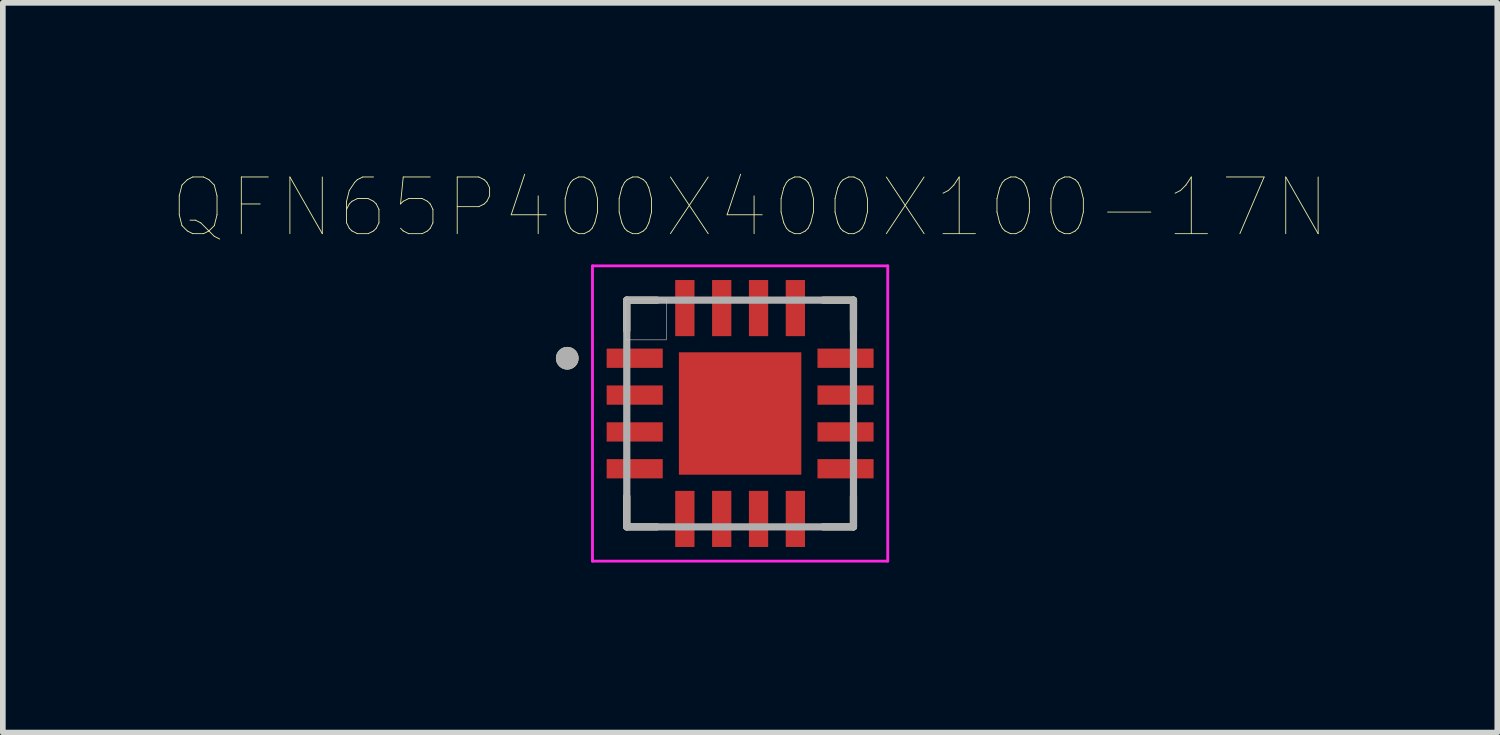
<source format=kicad_pcb>
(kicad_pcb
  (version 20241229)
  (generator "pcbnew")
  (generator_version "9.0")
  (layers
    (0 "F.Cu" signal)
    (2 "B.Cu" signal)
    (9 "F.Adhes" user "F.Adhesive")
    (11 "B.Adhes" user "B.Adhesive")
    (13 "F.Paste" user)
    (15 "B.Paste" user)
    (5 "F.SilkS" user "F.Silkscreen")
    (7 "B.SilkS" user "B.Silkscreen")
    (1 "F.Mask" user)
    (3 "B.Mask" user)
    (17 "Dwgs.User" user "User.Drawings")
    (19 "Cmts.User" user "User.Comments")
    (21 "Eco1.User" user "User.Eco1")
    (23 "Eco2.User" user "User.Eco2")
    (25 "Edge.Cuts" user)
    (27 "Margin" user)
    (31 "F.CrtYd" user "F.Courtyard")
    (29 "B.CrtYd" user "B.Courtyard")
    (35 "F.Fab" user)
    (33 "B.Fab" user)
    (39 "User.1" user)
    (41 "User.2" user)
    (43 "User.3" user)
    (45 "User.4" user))
  (footprint "QFN65P400X400X100-17N"
    (layer "F.Cu")
    (at 10.009 4.246)
    (property "Reference" "QFN65P400X400X100-17N" (at 0.175 -3.635 0) (layer "F.SilkS") (effects (font (size 1 1) (thickness 0.015))))
    (attr through_hole)
    (fp_line (start -2 -2) (end -2 -1.465) (stroke (width 0.127) (type solid)) (layer "F.SilkS"))
    (fp_line (start -2 -2) (end -1.465 -2) (stroke (width 0.127) (type solid)) (layer "F.SilkS"))
    (fp_line (start -2 2) (end -2 1.465) (stroke (width 0.127) (type solid)) (layer "F.SilkS"))
    (fp_line (start -2 2) (end -1.465 2) (stroke (width 0.127) (type solid)) (layer "F.SilkS"))
    (fp_line (start 2 -2) (end 1.465 -2) (stroke (width 0.127) (type solid)) (layer "F.SilkS"))
    (fp_line (start 2 -2) (end 2 -1.465) (stroke (width 0.127) (type solid)) (layer "F.SilkS"))
    (fp_line (start 2 2) (end 1.465 2) (stroke (width 0.127) (type solid)) (layer "F.SilkS"))
    (fp_line (start 2 2) (end 2 1.465) (stroke (width 0.127) (type solid)) (layer "F.SilkS"))
    (fp_circle (center -3.05 -0.975) (end -2.95 -0.975) (stroke (width 0.2) (type solid)) (fill no) (layer "F.SilkS"))
    (fp_poly (pts (xy -0.68 -0.68) (xy 0.68 -0.68) (xy 0.68 0.68) (xy -0.68 0.68)) (stroke (width 0.01) (type solid)) (fill yes) (layer "F.Paste"))
    (fp_poly (pts (xy -2.02 -2.02) (xy -1.3 -2.02) (xy -1.3 -1.3) (xy -2.02 -1.3)) (stroke (width 0.01) (type solid)) (fill no) (layer "Dwgs.User"))
    (fp_line (start -2.605 -2.605) (end 2.605 -2.605) (stroke (width 0.05) (type solid)) (layer "F.CrtYd"))
    (fp_line (start -2.605 2.605) (end -2.605 -2.605) (stroke (width 0.05) (type solid)) (layer "F.CrtYd"))
    (fp_line (start -2.605 2.605) (end 2.605 2.605) (stroke (width 0.05) (type solid)) (layer "F.CrtYd"))
    (fp_line (start 2.605 2.605) (end 2.605 -2.605) (stroke (width 0.05) (type solid)) (layer "F.CrtYd"))
    (fp_line (start -2 2) (end -2 -2) (stroke (width 0.127) (type solid)) (layer "F.Fab"))
    (fp_line (start 2 -2) (end -2 -2) (stroke (width 0.127) (type solid)) (layer "F.Fab"))
    (fp_line (start 2 2) (end -2 2) (stroke (width 0.127) (type solid)) (layer "F.Fab"))
    (fp_line (start 2 2) (end 2 -2) (stroke (width 0.127) (type solid)) (layer "F.Fab"))
    (fp_circle (center -3.05 -0.975) (end -2.95 -0.975) (stroke (width 0.2) (type solid)) (fill no) (layer "F.Fab"))
    (pad "1" smd rect (at -1.86 -0.975) (size 0.99 0.34) (layers "F.Cu" "F.Mask" "F.Paste"))
    (pad "2" smd rect (at -1.86 -0.325) (size 0.99 0.34) (layers "F.Cu" "F.Mask" "F.Paste"))
    (pad "3" smd rect (at -1.86 0.325) (size 0.99 0.34) (layers "F.Cu" "F.Mask" "F.Paste"))
    (pad "4" smd rect (at -1.86 0.975) (size 0.99 0.34) (layers "F.Cu" "F.Mask" "F.Paste"))
    (pad "5" smd rect (at -0.975 1.86) (size 0.34 0.99) (layers "F.Cu" "F.Mask" "F.Paste"))
    (pad "6" smd rect (at -0.325 1.86) (size 0.34 0.99) (layers "F.Cu" "F.Mask" "F.Paste"))
    (pad "7" smd rect (at 0.325 1.86) (size 0.34 0.99) (layers "F.Cu" "F.Mask" "F.Paste"))
    (pad "8" smd rect (at 0.975 1.86) (size 0.34 0.99) (layers "F.Cu" "F.Mask" "F.Paste"))
    (pad "9" smd rect (at 1.86 0.975) (size 0.99 0.34) (layers "F.Cu" "F.Mask" "F.Paste"))
    (pad "10" smd rect (at 1.86 0.325) (size 0.99 0.34) (layers "F.Cu" "F.Mask" "F.Paste"))
    (pad "11" smd rect (at 1.86 -0.325) (size 0.99 0.34) (layers "F.Cu" "F.Mask" "F.Paste"))
    (pad "12" smd rect (at 1.86 -0.975) (size 0.99 0.34) (layers "F.Cu" "F.Mask" "F.Paste"))
    (pad "13" smd rect (at 0.975 -1.86) (size 0.34 0.99) (layers "F.Cu" "F.Mask" "F.Paste"))
    (pad "14" smd rect (at 0.325 -1.86) (size 0.34 0.99) (layers "F.Cu" "F.Mask" "F.Paste"))
    (pad "15" smd rect (at -0.325 -1.86) (size 0.34 0.99) (layers "F.Cu" "F.Mask" "F.Paste"))
    (pad "16" smd rect (at -0.975 -1.86) (size 0.34 0.99) (layers "F.Cu" "F.Mask" "F.Paste"))
    (pad "17" smd rect (at 0 0) (size 2.16 2.16) (layers "F.Cu" "F.Mask")))
  (gr_rect
    (start -3 -3)
    (end 23.369 9.876)
    (stroke (width 0.1) (type default))
    (fill no)
    (layer "Edge.Cuts")))
</source>
